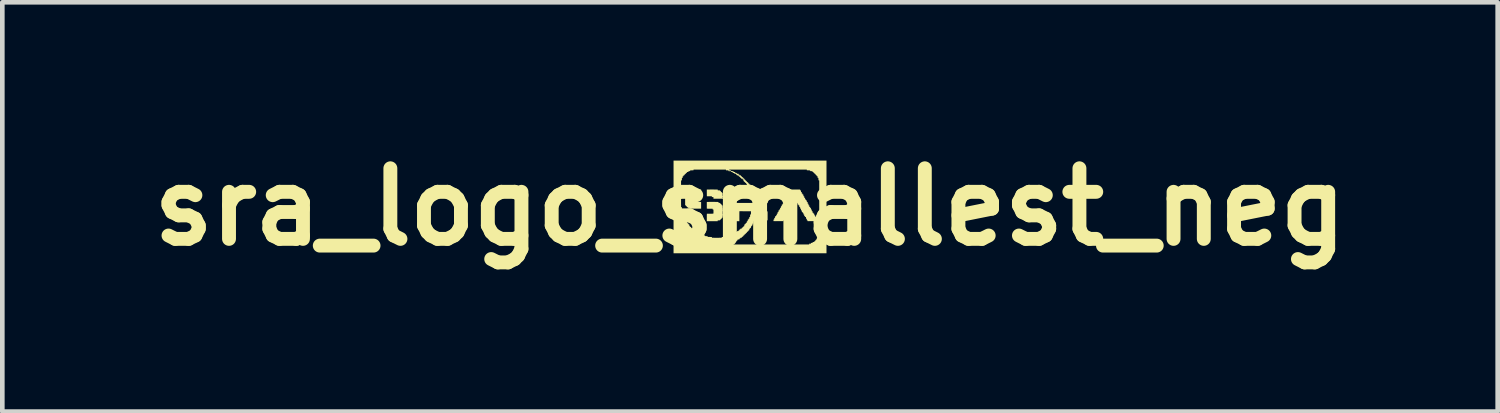
<source format=kicad_pcb>
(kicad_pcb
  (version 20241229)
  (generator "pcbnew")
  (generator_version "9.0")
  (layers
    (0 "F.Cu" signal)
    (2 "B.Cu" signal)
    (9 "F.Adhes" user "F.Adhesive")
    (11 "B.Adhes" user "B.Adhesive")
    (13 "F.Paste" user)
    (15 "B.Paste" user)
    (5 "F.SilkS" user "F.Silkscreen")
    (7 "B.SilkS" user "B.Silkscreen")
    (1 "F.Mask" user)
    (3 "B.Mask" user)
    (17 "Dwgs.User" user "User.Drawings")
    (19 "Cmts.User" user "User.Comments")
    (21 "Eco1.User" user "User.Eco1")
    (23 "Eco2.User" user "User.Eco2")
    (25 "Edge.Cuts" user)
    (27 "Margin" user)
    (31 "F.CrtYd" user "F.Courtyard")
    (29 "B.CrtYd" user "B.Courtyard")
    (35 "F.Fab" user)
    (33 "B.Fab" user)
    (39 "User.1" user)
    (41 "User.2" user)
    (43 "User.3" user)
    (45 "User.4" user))
  (footprint "sra_logo_smallest_neg"
    (layer "F.Cu")
    (at 13.143 1.418)
    (property "Reference" "sra_logo_smallest_neg" (at 0 0 0) (layer "F.SilkS") (effects (font (size 1.524 1.524) (thickness 0.3))))
    (attr board_only exclude_from_pos_files exclude_from_bom)
    (fp_poly (pts (xy -1.22 0.101) (xy -1.22 0.105) (xy -1.219 0.108) (xy -1.217 0.109) (xy -1.214 0.11) (xy -1.209 0.11) (xy -1.201 0.11) (xy -1.2 0.144) (xy -1.175 0.145) (xy -1.164 0.146) (xy -1.152 0.146) (xy -1.138 0.147) (xy -1.122 0.147) (xy -1.105 0.147) (xy -1.104 0.146) (xy -1.058 0.146) (xy -1.057 0.155) (xy -1.056 0.164) (xy -1.048 0.164) (xy -1.04 0.164) (xy -1.04 0.18) (xy -1.056 0.18) (xy -1.056 0.307) (xy -1.292 0.307) (xy -1.292 0.291) (xy -1.306 0.29) (xy -1.313 0.29) (xy -1.321 0.29) (xy -1.329 0.29) (xy -1.331 0.29) (xy -1.344 0.29) (xy -1.344 0.281) (xy -1.345 0.272) (xy -1.354 0.272) (xy -1.363 0.272) (xy -1.363 0.255) (xy -1.371 0.255) (xy -1.38 0.255) (xy -1.381 0.246) (xy -1.381 0.237) (xy -1.391 0.236) (xy -1.4 0.236) (xy -1.4 0.172) (xy -1.401 0.109) (xy -1.381 0.109) (xy -1.381 0.094) (xy -1.22 0.094)) (stroke (width 0) (type solid)) (fill yes) (layer "F.SilkS"))
    (fp_poly (pts (xy -0.802 -0.377) (xy -0.788 -0.377) (xy -0.774 -0.376) (xy -0.76 -0.376) (xy -0.748 -0.376) (xy -0.737 -0.376) (xy -0.727 -0.376) (xy -0.719 -0.376) (xy -0.713 -0.376) (xy -0.709 -0.376) (xy -0.709 -0.376) (xy -0.697 -0.375) (xy -0.697 -0.367) (xy -0.696 -0.359) (xy -0.683 -0.359) (xy -0.676 -0.358) (xy -0.667 -0.358) (xy -0.66 -0.358) (xy -0.657 -0.358) (xy -0.645 -0.358) (xy -0.644 -0.341) (xy -0.635 -0.34) (xy -0.626 -0.339) (xy -0.626 -0.332) (xy -0.626 -0.324) (xy -0.618 -0.323) (xy -0.61 -0.323) (xy -0.609 -0.314) (xy -0.609 -0.305) (xy -0.601 -0.305) (xy -0.592 -0.304) (xy -0.592 -0.295) (xy -0.591 -0.29) (xy -0.591 -0.284) (xy -0.591 -0.277) (xy -0.591 -0.268) (xy -0.591 -0.259) (xy -0.591 -0.258) (xy -0.59 -0.23) (xy -0.573 -0.23) (xy -0.573 -0.215) (xy -0.59 -0.215) (xy -0.59 -0.196) (xy -0.573 -0.196) (xy -0.573 -0.18) (xy -0.581 -0.18) (xy -0.586 -0.179) (xy -0.589 -0.179) (xy -0.591 -0.178) (xy -0.591 -0.178) (xy -0.592 -0.178) (xy -0.596 -0.178) (xy -0.602 -0.178) (xy -0.609 -0.178) (xy -0.618 -0.178) (xy -0.629 -0.177) (xy -0.64 -0.177) (xy -0.652 -0.177) (xy -0.665 -0.177) (xy -0.679 -0.177) (xy -0.692 -0.177) (xy -0.706 -0.177) (xy -0.719 -0.177) (xy -0.731 -0.177) (xy -0.743 -0.177) (xy -0.753 -0.177) (xy -0.763 -0.178) (xy -0.771 -0.178) (xy -0.777 -0.178) (xy -0.78 -0.178) (xy -0.789 -0.178) (xy -0.79 -0.212) (xy -0.807 -0.213) (xy -0.824 -0.214) (xy -0.824 -0.23) (xy -0.878 -0.23) (xy -0.932 -0.231) (xy -0.933 -0.303) (xy -0.933 -0.375) (xy -0.916 -0.376) (xy -0.911 -0.376) (xy -0.904 -0.376) (xy -0.895 -0.376) (xy -0.885 -0.376) (xy -0.873 -0.376) (xy -0.86 -0.377) (xy -0.846 -0.377) (xy -0.832 -0.377) (xy -0.817 -0.377)) (stroke (width 0) (type solid)) (fill yes) (layer "F.SilkS"))
    (fp_poly (pts (xy -1.103 -0.376) (xy -1.091 -0.376) (xy -1.081 -0.376) (xy -1.072 -0.376) (xy -1.065 -0.376) (xy -1.059 -0.376) (xy -1.057 -0.376) (xy -1.056 -0.374) (xy -1.056 -0.371) (xy -1.056 -0.365) (xy -1.056 -0.358) (xy -1.056 -0.349) (xy -1.056 -0.338) (xy -1.056 -0.326) (xy -1.056 -0.314) (xy -1.056 -0.303) (xy -1.056 -0.231) (xy -1.111 -0.23) (xy -1.166 -0.23) (xy -1.166 -0.222) (xy -1.166 -0.214) (xy -1.199 -0.212) (xy -1.2 -0.201) (xy -1.201 -0.193) (xy -1.201 -0.183) (xy -1.201 -0.172) (xy -1.201 -0.161) (xy -1.201 -0.15) (xy -1.2 -0.141) (xy -1.2 -0.139) (xy -1.199 -0.127) (xy -1.191 -0.126) (xy -1.183 -0.126) (xy -1.182 -0.117) (xy -1.182 -0.109) (xy -1.119 -0.108) (xy -1.056 -0.108) (xy -1.056 -0.036) (xy -1.056 -0.022) (xy -1.056 -0.01) (xy -1.056 0.002) (xy -1.056 0.012) (xy -1.056 0.021) (xy -1.056 0.028) (xy -1.056 0.033) (xy -1.056 0.036) (xy -1.057 0.037) (xy -1.06 0.037) (xy -1.066 0.037) (xy -1.074 0.037) (xy -1.084 0.037) (xy -1.095 0.037) (xy -1.107 0.037) (xy -1.121 0.037) (xy -1.135 0.037) (xy -1.15 0.037) (xy -1.165 0.037) (xy -1.18 0.037) (xy -1.195 0.037) (xy -1.209 0.037) (xy -1.223 0.037) (xy -1.236 0.037) (xy -1.247 0.037) (xy -1.257 0.037) (xy -1.265 0.037) (xy -1.272 0.037) (xy -1.276 0.037) (xy -1.277 0.037) (xy -1.284 0.036) (xy -1.291 0.036) (xy -1.297 0.036) (xy -1.302 0.036) (xy -1.303 0.036) (xy -1.308 0.035) (xy -1.308 0.02) (xy -1.327 0.02) (xy -1.345 0.019) (xy -1.345 0.003) (xy -1.353 0.003) (xy -1.358 0.002) (xy -1.361 0.002) (xy -1.363 0.000451) (xy -1.364 -0.002) (xy -1.364 -0.007) (xy -1.364 -0.015) (xy -1.38 -0.015) (xy -1.381 -0.024) (xy -1.381 -0.034) (xy -1.391 -0.034) (xy -1.401 -0.034) (xy -1.401 -0.305) (xy -1.382 -0.305) (xy -1.382 -0.313) (xy -1.382 -0.317) (xy -1.381 -0.321) (xy -1.38 -0.322) (xy -1.378 -0.323) (xy -1.375 -0.324) (xy -1.372 -0.324) (xy -1.364 -0.324) (xy -1.364 -0.332) (xy -1.363 -0.339) (xy -1.355 -0.34) (xy -1.346 -0.341) (xy -1.345 -0.349) (xy -1.345 -0.357) (xy -1.327 -0.358) (xy -1.308 -0.359) (xy -1.308 -0.374) (xy -1.294 -0.375) (xy -1.291 -0.375) (xy -1.286 -0.375) (xy -1.279 -0.375) (xy -1.27 -0.375) (xy -1.26 -0.375) (xy -1.248 -0.375) (xy -1.235 -0.375) (xy -1.221 -0.376) (xy -1.206 -0.376) (xy -1.191 -0.376) (xy -1.176 -0.376) (xy -1.16 -0.376) (xy -1.145 -0.376) (xy -1.131 -0.376) (xy -1.117 -0.376)) (stroke (width 0) (type solid)) (fill yes) (layer "F.SilkS"))
    (fp_poly (pts (xy -0.811 -0.109) (xy -0.796 -0.109) (xy -0.781 -0.109) (xy -0.766 -0.109) (xy -0.753 -0.109) (xy -0.74 -0.108) (xy -0.729 -0.108) (xy -0.719 -0.108) (xy -0.711 -0.108) (xy -0.706 -0.108) (xy -0.68 -0.107) (xy -0.68 -0.089) (xy -0.662 -0.088) (xy -0.645 -0.087) (xy -0.645 -0.071) (xy -0.637 -0.071) (xy -0.632 -0.071) (xy -0.628 -0.07) (xy -0.627 -0.069) (xy -0.626 -0.066) (xy -0.626 -0.062) (xy -0.626 -0.053) (xy -0.618 -0.053) (xy -0.613 -0.053) (xy -0.61 -0.052) (xy -0.609 -0.051) (xy -0.608 -0.047) (xy -0.608 -0.042) (xy -0.608 -0.034) (xy -0.592 -0.034) (xy -0.591 -0.021) (xy -0.591 -0.015) (xy -0.591 -0.007) (xy -0.591 0.002) (xy -0.59 0.011) (xy -0.59 0.015) (xy -0.59 0.037) (xy -0.573 0.037) (xy -0.573 0.053) (xy -0.59 0.053) (xy -0.59 0.076) (xy -0.573 0.076) (xy -0.573 0.091) (xy -0.59 0.091) (xy -0.59 0.163) (xy -0.573 0.163) (xy -0.573 0.18) (xy -0.59 0.18) (xy -0.59 0.198) (xy -0.59 0.205) (xy -0.591 0.211) (xy -0.591 0.215) (xy -0.592 0.217) (xy -0.592 0.217) (xy -0.592 0.218) (xy -0.593 0.222) (xy -0.593 0.226) (xy -0.593 0.235) (xy -0.601 0.235) (xy -0.609 0.236) (xy -0.609 0.245) (xy -0.609 0.254) (xy -0.618 0.254) (xy -0.626 0.255) (xy -0.627 0.263) (xy -0.627 0.272) (xy -0.635 0.272) (xy -0.64 0.272) (xy -0.643 0.272) (xy -0.645 0.274) (xy -0.646 0.276) (xy -0.646 0.281) (xy -0.646 0.281) (xy -0.646 0.285) (xy -0.647 0.287) (xy -0.648 0.288) (xy -0.648 0.288) (xy -0.65 0.288) (xy -0.654 0.289) (xy -0.66 0.289) (xy -0.667 0.289) (xy -0.674 0.29) (xy -0.698 0.291) (xy -0.698 0.307) (xy -0.933 0.307) (xy -0.933 0.239) (xy -0.933 0.225) (xy -0.933 0.212) (xy -0.933 0.2) (xy -0.933 0.189) (xy -0.933 0.179) (xy -0.933 0.17) (xy -0.932 0.164) (xy -0.932 0.159) (xy -0.932 0.158) (xy -0.931 0.147) (xy -0.883 0.147) (xy -0.871 0.147) (xy -0.859 0.147) (xy -0.847 0.146) (xy -0.836 0.146) (xy -0.826 0.146) (xy -0.818 0.145) (xy -0.813 0.145) (xy -0.791 0.144) (xy -0.79 0.132) (xy -0.789 0.122) (xy -0.789 0.111) (xy -0.789 0.099) (xy -0.789 0.088) (xy -0.789 0.077) (xy -0.79 0.069) (xy -0.791 0.056) (xy -0.797 0.056) (xy -0.802 0.056) (xy -0.806 0.055) (xy -0.807 0.053) (xy -0.808 0.05) (xy -0.808 0.046) (xy -0.808 0.038) (xy -0.817 0.038) (xy -0.821 0.038) (xy -0.827 0.038) (xy -0.834 0.038) (xy -0.843 0.038) (xy -0.852 0.038) (xy -0.862 0.038) (xy -0.862 0.038) (xy -0.873 0.038) (xy -0.883 0.038) (xy -0.893 0.038) (xy -0.903 0.038) (xy -0.911 0.038) (xy -0.916 0.037) (xy -0.933 0.036) (xy -0.933 -0.107) (xy -0.921 -0.108) (xy -0.917 -0.108) (xy -0.911 -0.108) (xy -0.903 -0.108) (xy -0.893 -0.108) (xy -0.882 -0.109) (xy -0.869 -0.109) (xy -0.855 -0.109) (xy -0.841 -0.109) (xy -0.826 -0.109)) (stroke (width 0) (type solid)) (fill yes) (layer "F.SilkS"))
    (fp_poly (pts (xy 1.013 -0.376) (xy 1.025 -0.376) (xy 1.036 -0.376) (xy 1.046 -0.376) (xy 1.054 -0.376) (xy 1.06 -0.376) (xy 1.064 -0.376) (xy 1.066 -0.376) (xy 1.082 -0.375) (xy 1.082 -0.367) (xy 1.083 -0.358) (xy 1.091 -0.358) (xy 1.099 -0.357) (xy 1.1 -0.34) (xy 1.101 -0.322) (xy 1.117 -0.322) (xy 1.118 -0.305) (xy 1.119 -0.288) (xy 1.135 -0.288) (xy 1.136 -0.269) (xy 1.151 -0.268) (xy 1.153 -0.25) (xy 1.154 -0.232) (xy 1.162 -0.231) (xy 1.17 -0.231) (xy 1.171 -0.213) (xy 1.172 -0.196) (xy 1.188 -0.196) (xy 1.189 -0.179) (xy 1.19 -0.162) (xy 1.199 -0.162) (xy 1.208 -0.161) (xy 1.208 -0.154) (xy 1.209 -0.149) (xy 1.209 -0.145) (xy 1.21 -0.143) (xy 1.212 -0.142) (xy 1.215 -0.142) (xy 1.217 -0.142) (xy 1.225 -0.142) (xy 1.226 -0.125) (xy 1.227 -0.108) (xy 1.235 -0.108) (xy 1.24 -0.107) (xy 1.243 -0.106) (xy 1.243 -0.106) (xy 1.244 -0.104) (xy 1.244 -0.1) (xy 1.244 -0.095) (xy 1.245 -0.089) (xy 1.245 -0.087) (xy 1.246 -0.07) (xy 1.261 -0.07) (xy 1.263 -0.036) (xy 1.271 -0.035) (xy 1.279 -0.035) (xy 1.28 -0.017) (xy 1.281 0) (xy 1.297 0) (xy 1.298 0.02) (xy 1.306 0.02) (xy 1.313 0.02) (xy 1.314 0.029) (xy 1.315 0.035) (xy 1.315 0.042) (xy 1.316 0.046) (xy 1.316 0.054) (xy 1.332 0.054) (xy 1.333 0.073) (xy 1.334 0.092) (xy 1.35 0.092) (xy 1.352 0.126) (xy 1.361 0.127) (xy 1.37 0.127) (xy 1.37 0.137) (xy 1.371 0.146) (xy 1.379 0.146) (xy 1.387 0.147) (xy 1.387 0.155) (xy 1.388 0.161) (xy 1.389 0.168) (xy 1.389 0.172) (xy 1.39 0.181) (xy 1.406 0.181) (xy 1.406 0.198) (xy 1.407 0.216) (xy 1.424 0.216) (xy 1.424 0.222) (xy 1.424 0.226) (xy 1.424 0.232) (xy 1.424 0.238) (xy 1.424 0.24) (xy 1.425 0.253) (xy 1.433 0.253) (xy 1.441 0.253) (xy 1.442 0.265) (xy 1.442 0.271) (xy 1.442 0.279) (xy 1.442 0.287) (xy 1.442 0.291) (xy 1.441 0.306) (xy 1.351 0.306) (xy 1.336 0.306) (xy 1.322 0.306) (xy 1.308 0.306) (xy 1.295 0.306) (xy 1.284 0.306) (xy 1.274 0.306) (xy 1.265 0.306) (xy 1.259 0.307) (xy 1.255 0.307) (xy 1.253 0.307) (xy 1.245 0.307) (xy 1.244 0.298) (xy 1.243 0.29) (xy 1.235 0.29) (xy 1.227 0.289) (xy 1.225 0.255) (xy 1.217 0.255) (xy 1.213 0.255) (xy 1.21 0.255) (xy 1.209 0.254) (xy 1.209 0.253) (xy 1.209 0.249) (xy 1.208 0.244) (xy 1.208 0.238) (xy 1.208 0.235) (xy 1.207 0.217) (xy 1.189 0.217) (xy 1.188 0.208) (xy 1.188 0.199) (xy 1.171 0.198) (xy 1.17 0.18) (xy 1.169 0.163) (xy 1.153 0.163) (xy 1.151 0.129) (xy 1.144 0.129) (xy 1.136 0.128) (xy 1.135 0.109) (xy 1.127 0.109) (xy 1.119 0.109) (xy 1.118 0.092) (xy 1.117 0.075) (xy 1.109 0.075) (xy 1.104 0.074) (xy 1.101 0.074) (xy 1.101 0.073) (xy 1.1 0.071) (xy 1.1 0.067) (xy 1.1 0.062) (xy 1.099 0.056) (xy 1.099 0.054) (xy 1.098 0.037) (xy 1.083 0.037) (xy 1.082 0.02) (xy 1.081 0.003) (xy 1.065 0.002) (xy 1.064 -0.015) (xy 1.063 -0.033) (xy 1.047 -0.033) (xy 1.047 -0.042) (xy 1.046 -0.051) (xy 1.028 -0.052) (xy 1.027 -0.061) (xy 1.027 -0.067) (xy 1.026 -0.074) (xy 1.026 -0.079) (xy 1.025 -0.087) (xy 1.009 -0.087) (xy 1.008 -0.106) (xy 1.007 -0.125) (xy 0.991 -0.125) (xy 0.991 -0.142) (xy 0.99 -0.159) (xy 0.975 -0.159) (xy 0.975 -0.151) (xy 0.975 -0.147) (xy 0.974 -0.144) (xy 0.973 -0.142) (xy 0.973 -0.141) (xy 0.972 -0.137) (xy 0.972 -0.134) (xy 0.972 -0.127) (xy 0.964 -0.126) (xy 0.956 -0.126) (xy 0.956 -0.106) (xy 0.94 -0.106) (xy 0.939 -0.088) (xy 0.938 -0.07) (xy 0.922 -0.07) (xy 0.921 -0.052) (xy 0.92 -0.034) (xy 0.904 -0.034) (xy 0.903 -0.017) (xy 0.902 0.001) (xy 0.886 0.002) (xy 0.885 0.011) (xy 0.885 0.02) (xy 0.866 0.02) (xy 0.865 0.038) (xy 0.864 0.055) (xy 0.856 0.055) (xy 0.849 0.056) (xy 0.848 0.074) (xy 0.847 0.092) (xy 0.831 0.092) (xy 0.83 0.11) (xy 0.829 0.127) (xy 0.82 0.128) (xy 0.812 0.128) (xy 0.811 0.145) (xy 0.81 0.162) (xy 0.802 0.162) (xy 0.795 0.162) (xy 0.794 0.172) (xy 0.793 0.181) (xy 0.778 0.182) (xy 0.777 0.199) (xy 0.776 0.216) (xy 0.76 0.216) (xy 0.759 0.235) (xy 0.758 0.253) (xy 0.75 0.254) (xy 0.741 0.255) (xy 0.74 0.271) (xy 0.739 0.288) (xy 0.732 0.288) (xy 0.728 0.289) (xy 0.725 0.289) (xy 0.723 0.29) (xy 0.723 0.292) (xy 0.722 0.295) (xy 0.722 0.299) (xy 0.722 0.306) (xy 0.655 0.306) (xy 0.641 0.306) (xy 0.628 0.306) (xy 0.616 0.306) (xy 0.605 0.306) (xy 0.595 0.306) (xy 0.587 0.306) (xy 0.58 0.306) (xy 0.576 0.306) (xy 0.575 0.306) (xy 0.57 0.306) (xy 0.563 0.307) (xy 0.555 0.307) (xy 0.546 0.306) (xy 0.537 0.306) (xy 0.535 0.306) (xy 0.507 0.306) (xy 0.507 0.294) (xy 0.506 0.288) (xy 0.506 0.283) (xy 0.506 0.278) (xy 0.506 0.277) (xy 0.506 0.272) (xy 0.522 0.272) (xy 0.523 0.254) (xy 0.524 0.236) (xy 0.54 0.236) (xy 0.54 0.227) (xy 0.541 0.22) (xy 0.541 0.214) (xy 0.542 0.208) (xy 0.543 0.2) (xy 0.552 0.199) (xy 0.561 0.199) (xy 0.561 0.19) (xy 0.562 0.18) (xy 0.57 0.18) (xy 0.578 0.179) (xy 0.579 0.145) (xy 0.595 0.145) (xy 0.596 0.128) (xy 0.597 0.11) (xy 0.613 0.11) (xy 0.614 0.101) (xy 0.614 0.095) (xy 0.615 0.088) (xy 0.615 0.083) (xy 0.616 0.075) (xy 0.624 0.074) (xy 0.631 0.074) (xy 0.632 0.053) (xy 0.648 0.053) (xy 0.649 0.036) (xy 0.65 0.018) (xy 0.658 0.018) (xy 0.666 0.018) (xy 0.667 0.001) (xy 0.668 -0.016) (xy 0.684 -0.016) (xy 0.685 -0.034) (xy 0.686 -0.051) (xy 0.702 -0.052) (xy 0.703 -0.062) (xy 0.703 -0.071) (xy 0.722 -0.071) (xy 0.722 -0.088) (xy 0.723 -0.095) (xy 0.723 -0.1) (xy 0.724 -0.105) (xy 0.724 -0.107) (xy 0.724 -0.107) (xy 0.725 -0.108) (xy 0.729 -0.109) (xy 0.732 -0.109) (xy 0.739 -0.109) (xy 0.74 -0.126) (xy 0.741 -0.143) (xy 0.757 -0.143) (xy 0.758 -0.16) (xy 0.759 -0.178) (xy 0.767 -0.178) (xy 0.776 -0.179) (xy 0.776 -0.188) (xy 0.776 -0.197) (xy 0.792 -0.197) (xy 0.793 -0.215) (xy 0.795 -0.232) (xy 0.802 -0.232) (xy 0.81 -0.233) (xy 0.811 -0.245) (xy 0.811 -0.251) (xy 0.811 -0.257) (xy 0.812 -0.262) (xy 0.812 -0.263) (xy 0.812 -0.269) (xy 0.828 -0.269) (xy 0.829 -0.287) (xy 0.83 -0.305) (xy 0.838 -0.305) (xy 0.846 -0.305) (xy 0.849 -0.339) (xy 0.856 -0.339) (xy 0.864 -0.339) (xy 0.865 -0.358) (xy 0.875 -0.359) (xy 0.884 -0.359) (xy 0.884 -0.367) (xy 0.884 -0.372) (xy 0.884 -0.375) (xy 0.885 -0.376) (xy 0.886 -0.376) (xy 0.89 -0.376) (xy 0.896 -0.376) (xy 0.904 -0.376) (xy 0.914 -0.376) (xy 0.924 -0.376) (xy 0.936 -0.376) (xy 0.948 -0.376) (xy 0.961 -0.376) (xy 0.975 -0.376) (xy 0.988 -0.376) (xy 1.001 -0.376)) (stroke (width 0) (type solid)) (fill yes) (layer "F.SilkS"))
    (fp_poly (pts (xy 1.651 1) (xy -1.651 1) (xy -1.651 0.809) (xy -0.484 0.809) (xy -0.475 0.809) (xy -0.473 0.809) (xy -0.468 0.81) (xy -0.462 0.81) (xy -0.452 0.81) (xy -0.441 0.81) (xy -0.427 0.81) (xy -0.412 0.81) (xy -0.394 0.81) (xy -0.375 0.81) (xy -0.354 0.81) (xy -0.331 0.81) (xy -0.306 0.81) (xy -0.28 0.81) (xy -0.252 0.81) (xy -0.223 0.81) (xy -0.193 0.81) (xy -0.161 0.81) (xy -0.128 0.81) (xy -0.095 0.81) (xy -0.06 0.81) (xy -0.024 0.81) (xy 0.013 0.81) (xy 0.05 0.81) (xy 0.088 0.81) (xy 0.127 0.81) (xy 0.166 0.81) (xy 0.206 0.81) (xy 0.246 0.81) (xy 0.286 0.81) (xy 0.327 0.81) (xy 0.367 0.81) (xy 0.408 0.81) (xy 0.449 0.81) (xy 0.489 0.81) (xy 0.53 0.81) (xy 0.57 0.81) (xy 0.609 0.81) (xy 0.649 0.81) (xy 0.687 0.81) (xy 0.725 0.81) (xy 0.763 0.81) (xy 0.8 0.81) (xy 0.835 0.81) (xy 0.87 0.81) (xy 0.904 0.81) (xy 0.937 0.81) (xy 0.969 0.81) (xy 0.999 0.81) (xy 1.028 0.81) (xy 1.056 0.81) (xy 1.082 0.81) (xy 1.107 0.81) (xy 1.13 0.81) (xy 1.151 0.81) (xy 1.171 0.81) (xy 1.189 0.81) (xy 1.204 0.81) (xy 1.218 0.81) (xy 1.229 0.81) (xy 1.239 0.81) (xy 1.246 0.81) (xy 1.25 0.81) (xy 1.252 0.81) (xy 1.278 0.809) (xy 1.278 0.801) (xy 1.279 0.793) (xy 1.315 0.792) (xy 1.316 0.784) (xy 1.316 0.777) (xy 1.332 0.776) (xy 1.339 0.775) (xy 1.344 0.775) (xy 1.348 0.774) (xy 1.35 0.773) (xy 1.351 0.772) (xy 1.351 0.77) (xy 1.351 0.767) (xy 1.351 0.766) (xy 1.351 0.759) (xy 1.36 0.759) (xy 1.365 0.758) (xy 1.368 0.758) (xy 1.37 0.757) (xy 1.37 0.757) (xy 1.371 0.757) (xy 1.375 0.756) (xy 1.379 0.756) (xy 1.387 0.756) (xy 1.387 0.748) (xy 1.388 0.74) (xy 1.396 0.74) (xy 1.405 0.739) (xy 1.406 0.73) (xy 1.406 0.721) (xy 1.414 0.721) (xy 1.422 0.721) (xy 1.422 0.712) (xy 1.423 0.707) (xy 1.423 0.703) (xy 1.424 0.702) (xy 1.426 0.701) (xy 1.429 0.701) (xy 1.433 0.7) (xy 1.44 0.7) (xy 1.44 0.692) (xy 1.44 0.688) (xy 1.441 0.685) (xy 1.441 0.683) (xy 1.442 0.682) (xy 1.442 0.678) (xy 1.443 0.674) (xy 1.443 0.666) (xy 1.45 0.666) (xy 1.458 0.666) (xy 1.459 0.656) (xy 1.459 0.647) (xy 1.475 0.647) (xy 1.475 0.636) (xy 1.475 0.629) (xy 1.476 0.621) (xy 1.476 0.613) (xy 1.476 0.61) (xy 1.477 0.595) (xy 1.493 0.595) (xy 1.494 0.569) (xy 1.494 0.565) (xy 1.494 0.56) (xy 1.494 0.552) (xy 1.494 0.541) (xy 1.494 0.529) (xy 1.494 0.515) (xy 1.494 0.499) (xy 1.494 0.481) (xy 1.494 0.461) (xy 1.494 0.44) (xy 1.494 0.417) (xy 1.494 0.393) (xy 1.494 0.368) (xy 1.494 0.341) (xy 1.494 0.313) (xy 1.494 0.285) (xy 1.494 0.255) (xy 1.494 0.225) (xy 1.494 0.194) (xy 1.494 0.162) (xy 1.494 0.13) (xy 1.494 0.098) (xy 1.494 0.065) (xy 1.494 0.032) (xy 1.494 -0.001) (xy 1.494 -0.034) (xy 1.494 -0.067) (xy 1.494 -0.099) (xy 1.494 -0.132) (xy 1.494 -0.164) (xy 1.494 -0.195) (xy 1.494 -0.226) (xy 1.494 -0.256) (xy 1.494 -0.285) (xy 1.494 -0.313) (xy 1.494 -0.341) (xy 1.494 -0.367) (xy 1.494 -0.392) (xy 1.494 -0.415) (xy 1.494 -0.438) (xy 1.494 -0.458) (xy 1.494 -0.477) (xy 1.494 -0.494) (xy 1.494 -0.51) (xy 1.494 -0.523) (xy 1.494 -0.535) (xy 1.494 -0.544) (xy 1.494 -0.551) (xy 1.494 -0.556) (xy 1.494 -0.559) (xy 1.493 -0.574) (xy 1.478 -0.574) (xy 1.477 -0.601) (xy 1.475 -0.628) (xy 1.459 -0.628) (xy 1.458 -0.646) (xy 1.457 -0.664) (xy 1.441 -0.664) (xy 1.441 -0.681) (xy 1.433 -0.682) (xy 1.424 -0.682) (xy 1.423 -0.7) (xy 1.415 -0.7) (xy 1.407 -0.701) (xy 1.407 -0.708) (xy 1.407 -0.712) (xy 1.406 -0.715) (xy 1.406 -0.717) (xy 1.404 -0.717) (xy 1.4 -0.718) (xy 1.396 -0.718) (xy 1.388 -0.718) (xy 1.388 -0.735) (xy 1.371 -0.735) (xy 1.37 -0.744) (xy 1.37 -0.754) (xy 1.359 -0.754) (xy 1.349 -0.755) (xy 1.349 -0.771) (xy 1.327 -0.772) (xy 1.319 -0.773) (xy 1.312 -0.773) (xy 1.307 -0.773) (xy 1.303 -0.774) (xy 1.301 -0.774) (xy 1.3 -0.774) (xy 1.299 -0.775) (xy 1.298 -0.777) (xy 1.298 -0.781) (xy 1.298 -0.789) (xy 1.281 -0.789) (xy 1.273 -0.79) (xy 1.263 -0.79) (xy 1.253 -0.791) (xy 1.245 -0.791) (xy 1.226 -0.792) (xy 1.226 -0.807) (xy -0.448 -0.807) (xy -0.448 -0.791) (xy -0.428 -0.791) (xy -0.409 -0.791) (xy -0.409 -0.782) (xy -0.408 -0.774) (xy -0.395 -0.773) (xy -0.387 -0.773) (xy -0.379 -0.773) (xy -0.371 -0.772) (xy -0.369 -0.772) (xy -0.357 -0.772) (xy -0.357 -0.756) (xy -0.339 -0.755) (xy -0.32 -0.754) (xy -0.32 -0.736) (xy -0.303 -0.735) (xy -0.286 -0.734) (xy -0.286 -0.718) (xy -0.267 -0.717) (xy -0.248 -0.717) (xy -0.248 -0.708) (xy -0.247 -0.7) (xy -0.238 -0.699) (xy -0.229 -0.699) (xy -0.229 -0.683) (xy -0.212 -0.682) (xy -0.195 -0.681) (xy -0.195 -0.673) (xy -0.194 -0.664) (xy -0.186 -0.664) (xy -0.177 -0.664) (xy -0.177 -0.647) (xy -0.169 -0.647) (xy -0.164 -0.647) (xy -0.161 -0.646) (xy -0.16 -0.646) (xy -0.159 -0.644) (xy -0.158 -0.64) (xy -0.158 -0.637) (xy -0.158 -0.63) (xy -0.151 -0.63) (xy -0.146 -0.629) (xy -0.143 -0.629) (xy -0.142 -0.628) (xy -0.141 -0.626) (xy -0.14 -0.622) (xy -0.14 -0.619) (xy -0.14 -0.612) (xy -0.123 -0.611) (xy -0.123 -0.603) (xy -0.123 -0.594) (xy -0.114 -0.594) (xy -0.106 -0.594) (xy -0.105 -0.584) (xy -0.105 -0.574) (xy -0.095 -0.574) (xy -0.085 -0.573) (xy -0.085 -0.565) (xy -0.085 -0.556) (xy -0.076 -0.556) (xy -0.068 -0.556) (xy -0.067 -0.547) (xy -0.067 -0.539) (xy -0.059 -0.539) (xy -0.054 -0.538) (xy -0.051 -0.538) (xy -0.05 -0.536) (xy -0.049 -0.533) (xy -0.049 -0.528) (xy -0.049 -0.521) (xy -0.042 -0.521) (xy -0.038 -0.521) (xy -0.034 -0.52) (xy -0.033 -0.519) (xy -0.032 -0.517) (xy -0.032 -0.514) (xy -0.032 -0.51) (xy -0.032 -0.502) (xy -0.015 -0.502) (xy -0.015 -0.484) (xy -0.007 -0.484) (xy 0.002 -0.484) (xy 0.004 -0.45) (xy 0.02 -0.449) (xy 0.021 -0.432) (xy 0.029 -0.431) (xy 0.037 -0.431) (xy 0.037 -0.422) (xy 0.037 -0.417) (xy 0.037 -0.413) (xy 0.038 -0.412) (xy 0.038 -0.412) (xy 0.039 -0.41) (xy 0.039 -0.407) (xy 0.039 -0.402) (xy 0.039 -0.402) (xy 0.039 -0.393) (xy 0.056 -0.393) (xy 0.056 -0.377) (xy 0.072 -0.376) (xy 0.077 -0.376) (xy 0.083 -0.376) (xy 0.092 -0.376) (xy 0.102 -0.376) (xy 0.113 -0.376) (xy 0.126 -0.376) (xy 0.14 -0.376) (xy 0.154 -0.376) (xy 0.167 -0.376) (xy 0.181 -0.376) (xy 0.195 -0.376) (xy 0.208 -0.376) (xy 0.22 -0.375) (xy 0.231 -0.375) (xy 0.241 -0.375) (xy 0.249 -0.375) (xy 0.255 -0.375) (xy 0.258 -0.375) (xy 0.272 -0.374) (xy 0.272 -0.366) (xy 0.272 -0.363) (xy 0.272 -0.361) (xy 0.273 -0.359) (xy 0.275 -0.359) (xy 0.278 -0.358) (xy 0.283 -0.358) (xy 0.29 -0.358) (xy 0.293 -0.357) (xy 0.308 -0.357) (xy 0.308 -0.349) (xy 0.309 -0.341) (xy 0.318 -0.34) (xy 0.326 -0.34) (xy 0.326 -0.331) (xy 0.327 -0.323) (xy 0.335 -0.323) (xy 0.344 -0.322) (xy 0.344 -0.305) (xy 0.345 -0.288) (xy 0.353 -0.288) (xy 0.358 -0.288) (xy 0.361 -0.288) (xy 0.362 -0.286) (xy 0.362 -0.286) (xy 0.362 -0.284) (xy 0.363 -0.28) (xy 0.363 -0.275) (xy 0.363 -0.269) (xy 0.363 -0.267) (xy 0.363 -0.25) (xy 0.371 -0.25) (xy 0.379 -0.25) (xy 0.379 -0.185) (xy 0.379 -0.171) (xy 0.379 -0.158) (xy 0.379 -0.146) (xy 0.379 -0.135) (xy 0.379 -0.124) (xy 0.378 -0.116) (xy 0.378 -0.109) (xy 0.378 -0.104) (xy 0.378 -0.104) (xy 0.378 -0.088) (xy 0.363 -0.088) (xy 0.362 -0.07) (xy 0.361 -0.052) (xy 0.353 -0.052) (xy 0.345 -0.052) (xy 0.345 -0.044) (xy 0.345 -0.039) (xy 0.344 -0.036) (xy 0.343 -0.034) (xy 0.34 -0.033) (xy 0.336 -0.033) (xy 0.328 -0.033) (xy 0.327 -0.024) (xy 0.327 -0.016) (xy 0.318 -0.015) (xy 0.31 -0.015) (xy 0.31 0.018) (xy 0.317 0.018) (xy 0.321 0.018) (xy 0.325 0.019) (xy 0.326 0.019) (xy 0.327 0.021) (xy 0.327 0.025) (xy 0.327 0.028) (xy 0.327 0.035) (xy 0.335 0.036) (xy 0.343 0.036) (xy 0.345 0.054) (xy 0.352 0.054) (xy 0.36 0.054) (xy 0.361 0.064) (xy 0.361 0.071) (xy 0.362 0.078) (xy 0.362 0.084) (xy 0.363 0.094) (xy 0.378 0.094) (xy 0.378 0.109) (xy 0.378 0.113) (xy 0.379 0.119) (xy 0.379 0.128) (xy 0.379 0.138) (xy 0.379 0.149) (xy 0.379 0.162) (xy 0.379 0.175) (xy 0.379 0.19) (xy 0.379 0.204) (xy 0.379 0.207) (xy 0.379 0.289) (xy 0.371 0.289) (xy 0.363 0.29) (xy 0.363 0.307) (xy 0.182 0.307) (xy 0.182 0.294) (xy 0.181 0.29) (xy 0.181 0.284) (xy 0.181 0.276) (xy 0.181 0.267) (xy 0.181 0.256) (xy 0.181 0.243) (xy 0.181 0.23) (xy 0.181 0.215) (xy 0.181 0.201) (xy 0.181 0.196) (xy 0.181 0.111) (xy 0.172 0.111) (xy 0.164 0.111) (xy 0.163 0.102) (xy 0.163 0.094) (xy 0.158 0.094) (xy 0.155 0.093) (xy 0.15 0.093) (xy 0.144 0.093) (xy 0.142 0.093) (xy 0.131 0.092) (xy 0.129 0.145) (xy 0.128 0.198) (xy 0.121 0.198) (xy 0.113 0.199) (xy 0.112 0.212) (xy 0.112 0.219) (xy 0.111 0.227) (xy 0.111 0.234) (xy 0.111 0.236) (xy 0.111 0.243) (xy 0.111 0.251) (xy 0.11 0.258) (xy 0.11 0.259) (xy 0.11 0.271) (xy 0.095 0.271) (xy 0.094 0.289) (xy 0.093 0.308) (xy 0.085 0.308) (xy 0.077 0.309) (xy 0.077 0.315) (xy 0.077 0.319) (xy 0.077 0.324) (xy 0.076 0.331) (xy 0.076 0.338) (xy 0.076 0.341) (xy 0.075 0.36) (xy 0.056 0.361) (xy 0.055 0.38) (xy 0.054 0.398) (xy 0.039 0.399) (xy 0.038 0.408) (xy 0.038 0.417) (xy 0.022 0.417) (xy 0.02 0.451) (xy 0.012 0.452) (xy 0.003 0.452) (xy 0.003 0.461) (xy 0.002 0.47) (xy -0.014 0.47) (xy -0.015 0.487) (xy -0.016 0.504) (xy -0.024 0.504) (xy -0.033 0.505) (xy -0.033 0.522) (xy -0.05 0.523) (xy -0.05 0.531) (xy -0.051 0.54) (xy -0.059 0.54) (xy -0.068 0.54) (xy -0.068 0.55) (xy -0.068 0.56) (xy -0.077 0.56) (xy -0.085 0.561) (xy -0.086 0.569) (xy -0.086 0.578) (xy -0.096 0.578) (xy -0.106 0.578) (xy -0.106 0.587) (xy -0.106 0.595) (xy -0.115 0.596) (xy -0.123 0.596) (xy -0.124 0.605) (xy -0.124 0.613) (xy -0.132 0.613) (xy -0.141 0.614) (xy -0.141 0.622) (xy -0.142 0.631) (xy -0.15 0.631) (xy -0.159 0.631) (xy -0.159 0.64) (xy -0.159 0.649) (xy -0.177 0.649) (xy -0.177 0.665) (xy -0.185 0.665) (xy -0.189 0.665) (xy -0.193 0.666) (xy -0.194 0.666) (xy -0.196 0.667) (xy -0.199 0.667) (xy -0.203 0.668) (xy -0.211 0.668) (xy -0.211 0.676) (xy -0.211 0.68) (xy -0.212 0.683) (xy -0.214 0.684) (xy -0.217 0.685) (xy -0.222 0.685) (xy -0.223 0.685) (xy -0.23 0.685) (xy -0.23 0.701) (xy -0.248 0.702) (xy -0.267 0.703) (xy -0.267 0.712) (xy -0.267 0.721) (xy -0.274 0.722) (xy -0.28 0.722) (xy -0.284 0.722) (xy -0.286 0.724) (xy -0.287 0.725) (xy -0.287 0.729) (xy -0.287 0.731) (xy -0.287 0.738) (xy -0.302 0.739) (xy -0.31 0.739) (xy -0.315 0.74) (xy -0.319 0.74) (xy -0.321 0.741) (xy -0.322 0.743) (xy -0.322 0.745) (xy -0.322 0.748) (xy -0.322 0.748) (xy -0.322 0.756) (xy -0.344 0.757) (xy -0.351 0.758) (xy -0.358 0.758) (xy -0.363 0.758) (xy -0.367 0.759) (xy -0.369 0.759) (xy -0.373 0.759) (xy -0.373 0.766) (xy -0.373 0.77) (xy -0.374 0.773) (xy -0.374 0.774) (xy -0.376 0.775) (xy -0.379 0.775) (xy -0.385 0.775) (xy -0.392 0.775) (xy -0.399 0.776) (xy -0.402 0.776) (xy -0.428 0.777) (xy -0.429 0.784) (xy -0.429 0.792) (xy -0.449 0.793) (xy -0.457 0.793) (xy -0.464 0.793) (xy -0.471 0.794) (xy -0.475 0.794) (xy -0.477 0.794) (xy -0.484 0.794) (xy -0.484 0.809) (xy -1.651 0.809) (xy -1.651 -0.325) (xy -1.489 -0.325) (xy -1.489 -0.302) (xy -1.489 -0.279) (xy -1.489 -0.256) (xy -1.489 -0.234) (xy -1.489 -0.211) (xy -1.489 -0.189) (xy -1.489 -0.168) (xy -1.489 -0.148) (xy -1.489 -0.129) (xy -1.489 -0.111) (xy -1.489 -0.094) (xy -1.489 -0.078) (xy -1.489 -0.065) (xy -1.489 -0.053) (xy -1.488 -0.043) (xy -1.488 -0.036) (xy -1.488 -0.033) (xy -1.488 0.003) (xy -1.473 0.003) (xy -1.472 0.015) (xy -1.472 0.021) (xy -1.472 0.028) (xy -1.472 0.037) (xy -1.472 0.045) (xy -1.472 0.046) (xy -1.472 0.054) (xy -1.471 0.063) (xy -1.471 0.072) (xy -1.471 0.079) (xy -1.471 0.079) (xy -1.47 0.094) (xy -1.456 0.094) (xy -1.455 0.105) (xy -1.454 0.112) (xy -1.454 0.119) (xy -1.454 0.125) (xy -1.454 0.126) (xy -1.454 0.132) (xy -1.454 0.139) (xy -1.453 0.146) (xy -1.453 0.15) (xy -1.452 0.163) (xy -1.436 0.163) (xy -1.436 0.179) (xy -1.436 0.186) (xy -1.436 0.191) (xy -1.436 0.195) (xy -1.435 0.198) (xy -1.435 0.198) (xy -1.434 0.199) (xy -1.431 0.2) (xy -1.427 0.2) (xy -1.42 0.2) (xy -1.419 0.212) (xy -1.419 0.219) (xy -1.418 0.227) (xy -1.418 0.235) (xy -1.418 0.239) (xy -1.417 0.253) (xy -1.401 0.253) (xy -1.401 0.263) (xy -1.4 0.272) (xy -1.382 0.273) (xy -1.381 0.282) (xy -1.381 0.288) (xy -1.38 0.295) (xy -1.38 0.299) (xy -1.379 0.307) (xy -1.363 0.307) (xy -1.361 0.341) (xy -1.354 0.341) (xy -1.35 0.342) (xy -1.347 0.342) (xy -1.345 0.343) (xy -1.345 0.345) (xy -1.344 0.349) (xy -1.344 0.352) (xy -1.344 0.36) (xy -1.328 0.36) (xy -1.327 0.369) (xy -1.327 0.377) (xy -1.319 0.378) (xy -1.31 0.379) (xy -1.309 0.397) (xy -1.308 0.415) (xy -1.3 0.415) (xy -1.291 0.415) (xy -1.291 0.424) (xy -1.291 0.432) (xy -1.282 0.433) (xy -1.274 0.433) (xy -1.273 0.441) (xy -1.273 0.45) (xy -1.265 0.45) (xy -1.256 0.451) (xy -1.256 0.459) (xy -1.255 0.468) (xy -1.247 0.468) (xy -1.243 0.468) (xy -1.24 0.468) (xy -1.238 0.469) (xy -1.237 0.47) (xy -1.233 0.47) (xy -1.229 0.47) (xy -1.229 0.47) (xy -1.22 0.47) (xy -1.22 0.478) (xy -1.219 0.486) (xy -1.21 0.486) (xy -1.201 0.487) (xy -1.201 0.495) (xy -1.2 0.504) (xy -1.192 0.504) (xy -1.183 0.505) (xy -1.183 0.521) (xy -1.175 0.521) (xy -1.17 0.521) (xy -1.167 0.521) (xy -1.165 0.522) (xy -1.165 0.522) (xy -1.163 0.523) (xy -1.16 0.523) (xy -1.157 0.523) (xy -1.149 0.523) (xy -1.149 0.531) (xy -1.149 0.539) (xy -1.13 0.54) (xy -1.129 0.55) (xy -1.129 0.559) (xy -1.112 0.559) (xy -1.095 0.56) (xy -1.095 0.576) (xy -1.077 0.577) (xy -1.071 0.577) (xy -1.065 0.578) (xy -1.061 0.578) (xy -1.059 0.578) (xy -1.058 0.578) (xy -1.057 0.58) (xy -1.057 0.584) (xy -1.057 0.586) (xy -1.057 0.594) (xy -1.039 0.595) (xy -1.022 0.596) (xy -1.022 0.611) (xy -0.998 0.613) (xy -0.99 0.613) (xy -0.983 0.614) (xy -0.978 0.614) (xy -0.974 0.614) (xy -0.972 0.614) (xy -0.971 0.615) (xy -0.97 0.616) (xy -0.97 0.62) (xy -0.97 0.622) (xy -0.97 0.629) (xy -0.955 0.63) (xy -0.948 0.63) (xy -0.939 0.631) (xy -0.932 0.631) (xy -0.928 0.631) (xy -0.915 0.631) (xy -0.915 0.647) (xy -0.888 0.648) (xy -0.878 0.648) (xy -0.869 0.648) (xy -0.859 0.648) (xy -0.851 0.649) (xy -0.844 0.649) (xy -0.844 0.649) (xy -0.837 0.649) (xy -0.832 0.649) (xy -0.828 0.649) (xy -0.825 0.649) (xy -0.825 0.649) (xy -0.824 0.651) (xy -0.823 0.653) (xy -0.823 0.658) (xy -0.823 0.665) (xy -0.788 0.665) (xy -0.778 0.665) (xy -0.767 0.666) (xy -0.756 0.666) (xy -0.747 0.666) (xy -0.739 0.666) (xy -0.734 0.666) (xy -0.728 0.666) (xy -0.721 0.666) (xy -0.711 0.666) (xy -0.701 0.666) (xy -0.689 0.666) (xy -0.677 0.666) (xy -0.665 0.665) (xy -0.663 0.665) (xy -0.611 0.665) (xy -0.611 0.657) (xy -0.61 0.653) (xy -0.61 0.65) (xy -0.609 0.649) (xy -0.607 0.649) (xy -0.603 0.649) (xy -0.597 0.649) (xy -0.591 0.649) (xy -0.588 0.649) (xy -0.581 0.649) (xy -0.571 0.648) (xy -0.561 0.648) (xy -0.551 0.648) (xy -0.544 0.648) (xy -0.518 0.647) (xy -0.518 0.631) (xy -0.505 0.631) (xy -0.498 0.631) (xy -0.49 0.631) (xy -0.482 0.63) (xy -0.478 0.63) (xy -0.464 0.629) (xy -0.464 0.615) (xy -0.453 0.614) (xy -0.447 0.614) (xy -0.44 0.613) (xy -0.432 0.613) (xy -0.426 0.612) (xy -0.41 0.612) (xy -0.41 0.596) (xy -0.392 0.595) (xy -0.374 0.594) (xy -0.374 0.578) (xy -0.356 0.577) (xy -0.339 0.576) (xy -0.339 0.56) (xy -0.322 0.559) (xy -0.305 0.559) (xy -0.304 0.55) (xy -0.304 0.54) (xy -0.285 0.539) (xy -0.285 0.531) (xy -0.284 0.523) (xy -0.277 0.523) (xy -0.273 0.523) (xy -0.27 0.523) (xy -0.269 0.522) (xy -0.267 0.522) (xy -0.264 0.521) (xy -0.259 0.521) (xy -0.258 0.521) (xy -0.248 0.521) (xy -0.248 0.505) (xy -0.231 0.504) (xy -0.23 0.495) (xy -0.23 0.487) (xy -0.212 0.486) (xy -0.211 0.478) (xy -0.211 0.47) (xy -0.204 0.47) (xy -0.199 0.47) (xy -0.196 0.47) (xy -0.195 0.469) (xy -0.194 0.468) (xy -0.19 0.468) (xy -0.186 0.468) (xy -0.178 0.468) (xy -0.178 0.459) (xy -0.178 0.451) (xy -0.169 0.45) (xy -0.161 0.45) (xy -0.16 0.441) (xy -0.16 0.433) (xy -0.151 0.433) (xy -0.143 0.432) (xy -0.143 0.424) (xy -0.142 0.415) (xy -0.134 0.415) (xy -0.125 0.415) (xy -0.124 0.397) (xy -0.123 0.379) (xy -0.115 0.378) (xy -0.107 0.377) (xy -0.106 0.369) (xy -0.106 0.36) (xy -0.087 0.36) (xy -0.087 0.353) (xy -0.087 0.347) (xy -0.087 0.344) (xy -0.085 0.342) (xy -0.082 0.341) (xy -0.078 0.341) (xy -0.078 0.341) (xy -0.07 0.341) (xy -0.069 0.324) (xy -0.068 0.307) (xy -0.06 0.307) (xy -0.051 0.307) (xy -0.05 0.29) (xy -0.049 0.273) (xy -0.041 0.273) (xy -0.034 0.272) (xy -0.033 0.263) (xy -0.032 0.253) (xy -0.024 0.253) (xy -0.017 0.253) (xy -0.015 0.215) (xy 0.001 0.215) (xy 0.001 0.203) (xy 0.001 0.197) (xy 0.002 0.189) (xy 0.002 0.181) (xy 0.002 0.177) (xy 0.003 0.163) (xy 0.019 0.163) (xy 0.02 0.143) (xy 0.02 0.135) (xy 0.02 0.126) (xy 0.02 0.117) (xy 0.021 0.109) (xy 0.021 0.108) (xy 0.021 0.093) (xy -0.104 0.093) (xy -0.229 0.092) (xy -0.229 0.108) (xy -0.229 0.113) (xy -0.23 0.119) (xy -0.23 0.127) (xy -0.23 0.137) (xy -0.23 0.149) (xy -0.23 0.162) (xy -0.23 0.175) (xy -0.23 0.19) (xy -0.23 0.204) (xy -0.23 0.207) (xy -0.23 0.221) (xy -0.23 0.235) (xy -0.23 0.248) (xy -0.23 0.26) (xy -0.23 0.271) (xy -0.23 0.281) (xy -0.23 0.288) (xy -0.23 0.294) (xy -0.23 0.298) (xy -0.23 0.298) (xy -0.23 0.307) (xy -0.33 0.307) (xy -0.429 0.307) (xy -0.429 -0.07) (xy -0.42 -0.071) (xy -0.411 -0.071) (xy -0.411 -0.079) (xy -0.41 -0.087) (xy -0.178 -0.087) (xy 0.054 -0.087) (xy 0.055 -0.1) (xy 0.055 -0.104) (xy 0.055 -0.111) (xy 0.055 -0.119) (xy 0.055 -0.129) (xy 0.055 -0.138) (xy 0.055 -0.144) (xy 0.054 -0.177) (xy 0.039 -0.178) (xy 0.038 -0.195) (xy 0.038 -0.197) (xy 0.113 -0.197) (xy 0.12 -0.197) (xy 0.125 -0.197) (xy 0.128 -0.196) (xy 0.128 -0.196) (xy 0.128 -0.194) (xy 0.129 -0.19) (xy 0.129 -0.184) (xy 0.129 -0.177) (xy 0.129 -0.168) (xy 0.129 -0.158) (xy 0.129 -0.147) (xy 0.129 -0.145) (xy 0.13 -0.134) (xy 0.13 -0.123) (xy 0.13 -0.114) (xy 0.13 -0.106) (xy 0.13 -0.099) (xy 0.13 -0.094) (xy 0.13 -0.092) (xy 0.13 -0.091) (xy 0.13 -0.09) (xy 0.131 -0.088) (xy 0.132 -0.088) (xy 0.134 -0.087) (xy 0.137 -0.087) (xy 0.142 -0.088) (xy 0.15 -0.088) (xy 0.151 -0.088) (xy 0.163 -0.089) (xy 0.163 -0.097) (xy 0.163 -0.102) (xy 0.164 -0.106) (xy 0.165 -0.107) (xy 0.167 -0.108) (xy 0.17 -0.109) (xy 0.173 -0.109) (xy 0.181 -0.109) (xy 0.181 -0.178) (xy 0.164 -0.178) (xy 0.164 -0.196) (xy 0.147 -0.196) (xy 0.147 -0.212) (xy 0.113 -0.212) (xy 0.113 -0.197) (xy 0.038 -0.197) (xy 0.038 -0.212) (xy -0.181 -0.212) (xy -0.204 -0.212) (xy -0.227 -0.212) (xy -0.25 -0.212) (xy -0.271 -0.212) (xy -0.292 -0.213) (xy -0.311 -0.213) (xy -0.33 -0.213) (xy -0.346 -0.213) (xy -0.362 -0.213) (xy -0.375 -0.213) (xy -0.387 -0.213) (xy -0.397 -0.213) (xy -0.405 -0.213) (xy -0.411 -0.213) (xy -0.414 -0.213) (xy -0.414 -0.213) (xy -0.43 -0.214) (xy -0.43 -0.375) (xy -0.419 -0.376) (xy -0.417 -0.376) (xy -0.412 -0.376) (xy -0.405 -0.376) (xy -0.396 -0.376) (xy -0.385 -0.376) (xy -0.372 -0.376) (xy -0.357 -0.376) (xy -0.341 -0.376) (xy -0.324 -0.376) (xy -0.305 -0.376) (xy -0.286 -0.376) (xy -0.265 -0.376) (xy -0.244 -0.376) (xy -0.221 -0.376) (xy -0.213 -0.376) (xy -0.191 -0.376) (xy -0.169 -0.376) (xy -0.149 -0.376) (xy -0.129 -0.376) (xy -0.111 -0.376) (xy -0.093 -0.376) (xy -0.078 -0.376) (xy -0.063 -0.376) (xy -0.05 -0.376) (xy -0.039 -0.377) (xy -0.03 -0.377) (xy -0.023 -0.377) (xy -0.019 -0.377) (xy -0.016 -0.377) (xy -0.016 -0.377) (xy -0.016 -0.378) (xy -0.015 -0.382) (xy -0.016 -0.387) (xy -0.016 -0.393) (xy -0.016 -0.394) (xy -0.017 -0.41) (xy -0.025 -0.41) (xy -0.032 -0.41) (xy -0.033 -0.418) (xy -0.033 -0.425) (xy -0.033 -0.429) (xy -0.034 -0.431) (xy -0.036 -0.432) (xy -0.039 -0.432) (xy -0.042 -0.432) (xy -0.049 -0.432) (xy -0.05 -0.441) (xy -0.05 -0.447) (xy -0.051 -0.454) (xy -0.051 -0.458) (xy -0.052 -0.467) (xy -0.068 -0.467) (xy -0.069 -0.484) (xy -0.07 -0.501) (xy -0.078 -0.501) (xy -0.082 -0.501) (xy -0.085 -0.501) (xy -0.087 -0.503) (xy -0.087 -0.506) (xy -0.087 -0.512) (xy -0.087 -0.52) (xy -0.106 -0.52) (xy -0.107 -0.537) (xy -0.115 -0.537) (xy -0.124 -0.537) (xy -0.125 -0.556) (xy -0.132 -0.556) (xy -0.14 -0.556) (xy -0.14 -0.564) (xy -0.141 -0.568) (xy -0.141 -0.571) (xy -0.142 -0.572) (xy -0.142 -0.574) (xy -0.143 -0.577) (xy -0.143 -0.582) (xy -0.143 -0.582) (xy -0.143 -0.592) (xy -0.151 -0.592) (xy -0.16 -0.592) (xy -0.16 -0.601) (xy -0.161 -0.609) (xy -0.169 -0.609) (xy -0.173 -0.61) (xy -0.176 -0.61) (xy -0.178 -0.611) (xy -0.179 -0.611) (xy -0.183 -0.612) (xy -0.186 -0.612) (xy -0.193 -0.612) (xy -0.194 -0.62) (xy -0.194 -0.628) (xy -0.212 -0.629) (xy -0.212 -0.637) (xy -0.213 -0.646) (xy -0.23 -0.646) (xy -0.23 -0.655) (xy -0.231 -0.663) (xy -0.24 -0.664) (xy -0.248 -0.664) (xy -0.249 -0.672) (xy -0.249 -0.68) (xy -0.259 -0.68) (xy -0.263 -0.68) (xy -0.267 -0.681) (xy -0.269 -0.681) (xy -0.269 -0.681) (xy -0.27 -0.682) (xy -0.274 -0.683) (xy -0.277 -0.683) (xy -0.284 -0.683) (xy -0.284 -0.69) (xy -0.285 -0.694) (xy -0.285 -0.697) (xy -0.287 -0.698) (xy -0.29 -0.699) (xy -0.296 -0.699) (xy -0.303 -0.699) (xy -0.303 -0.715) (xy -0.321 -0.716) (xy -0.339 -0.717) (xy -0.339 -0.733) (xy -0.357 -0.734) (xy -0.374 -0.735) (xy -0.374 -0.753) (xy -0.392 -0.754) (xy -0.41 -0.755) (xy -0.41 -0.763) (xy -0.41 -0.772) (xy -0.437 -0.772) (xy -0.465 -0.773) (xy -0.465 -0.782) (xy -0.465 -0.79) (xy -0.49 -0.79) (xy -0.498 -0.79) (xy -0.505 -0.79) (xy -0.511 -0.79) (xy -0.515 -0.791) (xy -0.517 -0.791) (xy -0.518 -0.791) (xy -0.519 -0.792) (xy -0.519 -0.795) (xy -0.52 -0.799) (xy -0.52 -0.807) (xy -1.219 -0.807) (xy -1.219 -0.792) (xy -1.237 -0.791) (xy -1.245 -0.791) (xy -1.255 -0.79) (xy -1.265 -0.79) (xy -1.274 -0.789) (xy -1.274 -0.789) (xy -1.293 -0.789) (xy -1.293 -0.774) (xy -1.309 -0.773) (xy -1.316 -0.773) (xy -1.321 -0.772) (xy -1.325 -0.772) (xy -1.327 -0.772) (xy -1.327 -0.772) (xy -1.328 -0.77) (xy -1.329 -0.766) (xy -1.329 -0.764) (xy -1.329 -0.756) (xy -1.337 -0.755) (xy -1.343 -0.755) (xy -1.35 -0.754) (xy -1.354 -0.754) (xy -1.363 -0.753) (xy -1.363 -0.735) (xy -1.38 -0.735) (xy -1.381 -0.726) (xy -1.381 -0.717) (xy -1.401 -0.716) (xy -1.402 -0.708) (xy -1.402 -0.699) (xy -1.418 -0.698) (xy -1.418 -0.69) (xy -1.419 -0.682) (xy -1.427 -0.681) (xy -1.436 -0.681) (xy -1.436 -0.672) (xy -1.437 -0.663) (xy -1.452 -0.662) (xy -1.454 -0.628) (xy -1.47 -0.628) (xy -1.47 -0.622) (xy -1.471 -0.618) (xy -1.471 -0.613) (xy -1.471 -0.606) (xy -1.471 -0.598) (xy -1.471 -0.594) (xy -1.472 -0.573) (xy -1.48 -0.573) (xy -1.488 -0.573) (xy -1.489 -0.544) (xy -1.489 -0.539) (xy -1.489 -0.533) (xy -1.489 -0.524) (xy -1.489 -0.513) (xy -1.489 -0.5) (xy -1.489 -0.485) (xy -1.489 -0.469) (xy -1.489 -0.451) (xy -1.489 -0.432) (xy -1.489 -0.412) (xy -1.489 -0.392) (xy -1.489 -0.37) (xy -1.489 -0.348) (xy -1.489 -0.325) (xy -1.651 -0.325) (xy -1.651 -1) (xy 1.651 -1)) (stroke (width 0) (type solid)) (fill yes) (layer "F.SilkS")))
  (gr_rect
    (start -3 -3)
    (end 29.285 5.836)
    (stroke (width 0.1) (type default))
    (fill no)
    (layer "Edge.Cuts")))
</source>
